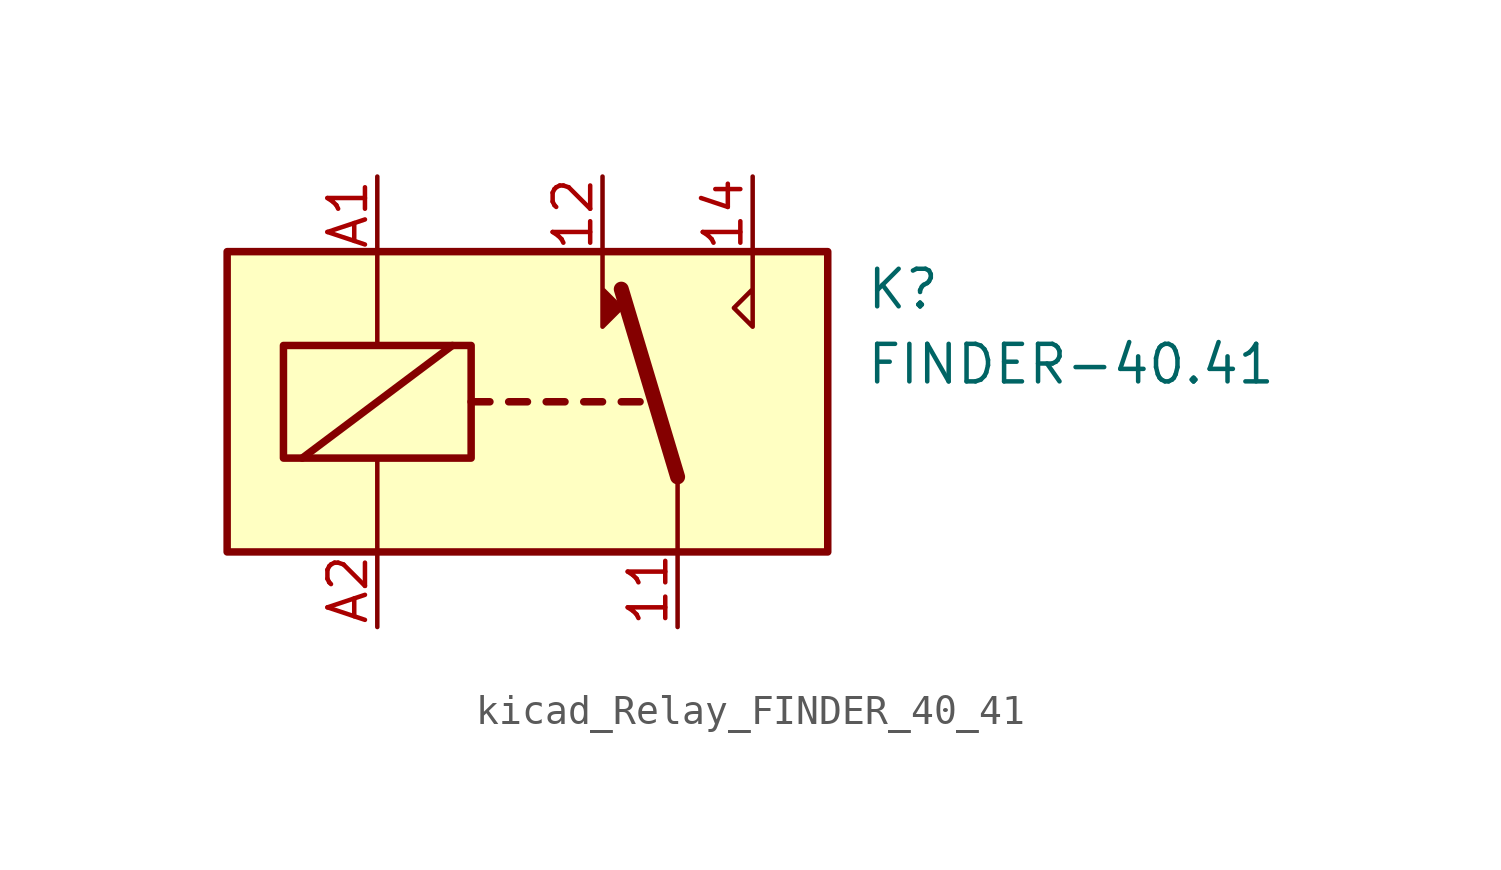
<source format=kicad_sym>
(kicad_symbol_lib
  (version 20220914)
  (generator kicad_symbol_editor)
  (symbol "kicad_Relay_FINDER_40_41"
    (property "Reference" "K"
      (at 11.43 3.81 0)
      (effects (font (size 1.27 1.27)) (justify left)))
    (property "Value" "FINDER-40.41"
      (at 11.43 1.27 0)
      (effects (font (size 1.27 1.27)) (justify left)))
    (symbol "kicad_Relay_FINDER_40_41_0_0"
      (polyline (pts (xy 7.62 5.08) (xy 7.62 2.54) (xy 6.985 3.175) (xy 7.62 3.81)) (stroke (width 0) (type default)) (fill (type none))))
    (symbol "kicad_Relay_FINDER_40_41_0_1"
      (rectangle (start -10.16 5.08) (end 10.16 -5.08) (stroke (width 0.254) (type default)) (fill (type background)))
      (rectangle (start -8.255 1.905) (end -1.905 -1.905) (stroke (width 0.254) (type default)) (fill (type none)))
      (polyline (pts (xy -7.62 -1.905) (xy -2.54 1.905)) (stroke (width 0.254) (type default)) (fill (type none)))
      (polyline (pts (xy -5.08 -5.08) (xy -5.08 -1.905)) (stroke (width 0) (type default)) (fill (type none)))
      (polyline (pts (xy -5.08 5.08) (xy -5.08 1.905)) (stroke (width 0) (type default)) (fill (type none)))
      (polyline (pts (xy -1.905 0) (xy -1.27 0)) (stroke (width 0.254) (type default)) (fill (type none)))
      (polyline (pts (xy -0.635 0) (xy 0 0)) (stroke (width 0.254) (type default)) (fill (type none)))
      (polyline (pts (xy 0.635 0) (xy 1.27 0)) (stroke (width 0.254) (type default)) (fill (type none)))
      (polyline (pts (xy 1.905 0) (xy 2.54 0)) (stroke (width 0.254) (type default)) (fill (type none)))
      (polyline (pts (xy 3.175 0) (xy 3.81 0)) (stroke (width 0.254) (type default)) (fill (type none)))
      (polyline (pts (xy 5.08 -2.54) (xy 3.175 3.81)) (stroke (width 0.508) (type default)) (fill (type none)))
      (polyline (pts (xy 5.08 -2.54) (xy 5.08 -5.08)) (stroke (width 0) (type default)) (fill (type none)))
      (polyline (pts (xy 2.54 5.08) (xy 2.54 2.54) (xy 3.175 3.175) (xy 2.54 3.81)) (stroke (width 0) (type default)) (fill (type outline))))
    (symbol "kicad_Relay_FINDER_40_41_1_1"
      (pin passive line (at 5.08 -7.62 90) (length 2.54) (name "~" (effects (font (size 1.27 1.27)))) (number "11" (effects (font (size 1.27 1.27)))))
      (pin passive line (at 2.54 7.62 270) (length 2.54) (name "~" (effects (font (size 1.27 1.27)))) (number "12" (effects (font (size 1.27 1.27)))))
      (pin passive line (at 7.62 7.62 270) (length 2.54) (name "~" (effects (font (size 1.27 1.27)))) (number "14" (effects (font (size 1.27 1.27)))))
      (pin passive line (at -5.08 7.62 270) (length 2.54) (name "~" (effects (font (size 1.27 1.27)))) (number "A1" (effects (font (size 1.27 1.27)))))
      (pin passive line (at -5.08 -7.62 90) (length 2.54) (name "~" (effects (font (size 1.27 1.27)))) (number "A2" (effects (font (size 1.27 1.27))))))))
</source>
